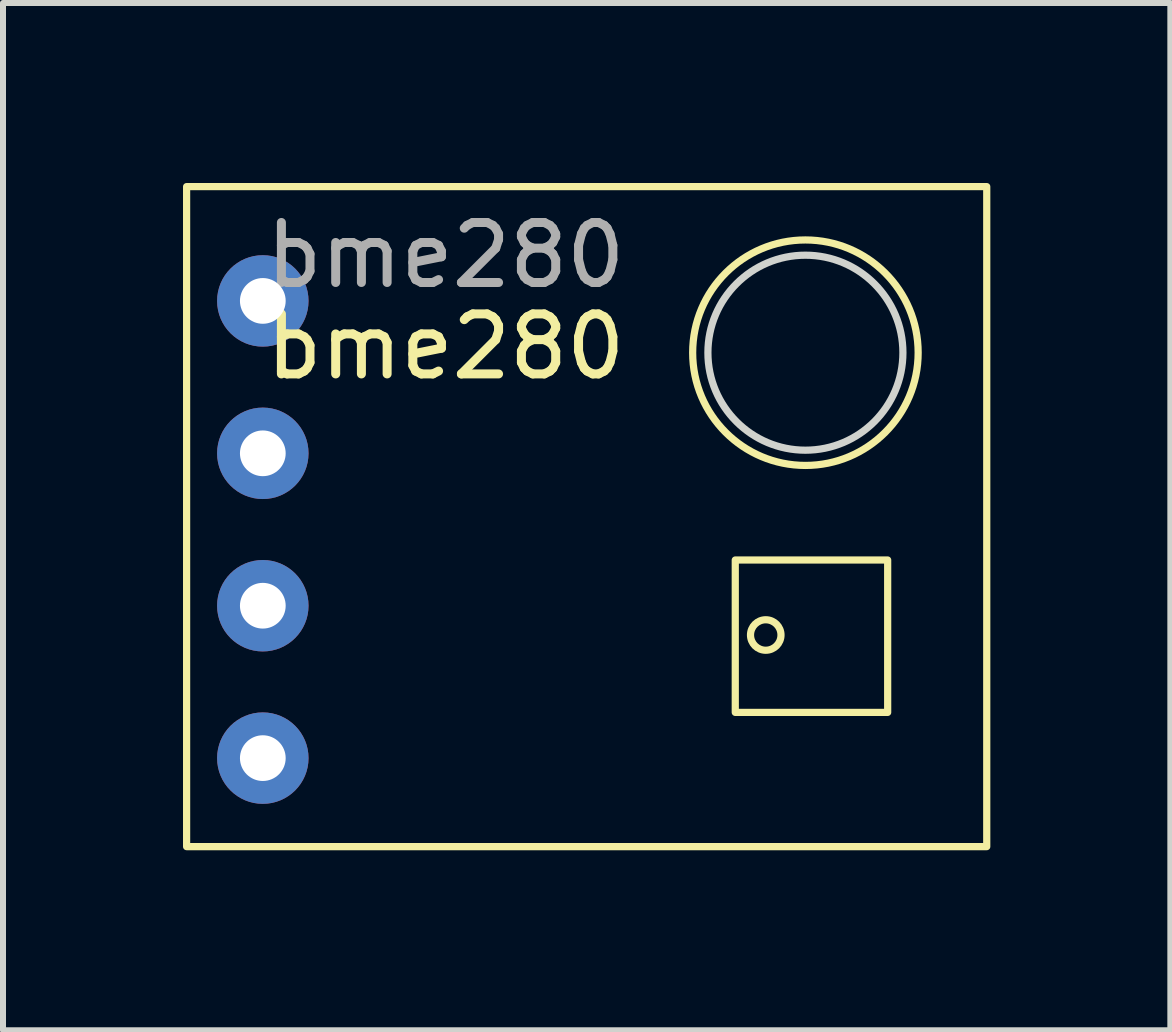
<source format=kicad_pcb>
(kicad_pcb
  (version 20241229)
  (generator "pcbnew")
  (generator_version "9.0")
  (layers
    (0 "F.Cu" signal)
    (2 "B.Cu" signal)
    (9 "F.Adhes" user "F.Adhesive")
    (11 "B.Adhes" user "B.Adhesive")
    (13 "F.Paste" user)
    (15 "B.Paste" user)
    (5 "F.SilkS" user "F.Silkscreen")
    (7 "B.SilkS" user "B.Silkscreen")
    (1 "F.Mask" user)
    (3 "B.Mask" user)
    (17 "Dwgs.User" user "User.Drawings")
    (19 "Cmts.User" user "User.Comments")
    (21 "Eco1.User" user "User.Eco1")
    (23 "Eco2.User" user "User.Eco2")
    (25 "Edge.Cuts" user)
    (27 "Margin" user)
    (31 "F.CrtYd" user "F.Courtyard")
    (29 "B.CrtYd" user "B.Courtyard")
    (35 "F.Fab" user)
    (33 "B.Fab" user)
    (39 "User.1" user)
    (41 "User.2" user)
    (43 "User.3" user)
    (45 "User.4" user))
  (footprint "bme280"
    (layer "F.Cu")
    (at 1.33 5.775)
    (property "Reference" "bme280" (at 3.048 -3.048 0) (unlocked yes) (layer "F.SilkS") (effects (font (size 1 1) (thickness 0.15))))
    (attr through_hole)
    (fp_rect (start -1.27 -5.715) (end 12.065 5.285) (stroke (width 0.12) (type solid)) (fill no) (layer "F.SilkS"))
    (fp_rect (start 7.874 0.508) (end 10.414 3.048) (stroke (width 0.12) (type solid)) (fill no) (layer "F.SilkS"))
    (fp_circle (center 8.382 1.758) (end 8.481 1.524) (stroke (width 0.12) (type solid)) (fill no) (layer "F.SilkS"))
    (fp_circle (center 9.043 -2.947) (end 10.922 -2.947) (stroke (width 0.12) (type solid)) (fill no) (layer "F.SilkS"))
    (fp_circle (center 9.043 -2.947) (end 10.668 -2.947) (stroke (width 0.12) (type solid)) (fill no) (layer "Edge.Cuts"))
    (fp_text user "${REFERENCE}" (at 3.048 -4.572 0) (unlocked yes) (layer "F.Fab") (effects (font (size 1 1) (thickness 0.15))))
    (pad "1" thru_hole circle (at 0 -3.81) (size 1.524 1.524) (drill 0.762) (layers "*.Cu" "*.Mask"))
    (pad "2" thru_hole circle (at 0 -1.27) (size 1.524 1.524) (drill 0.762) (layers "*.Cu" "*.Mask"))
    (pad "3" thru_hole circle (at 0 1.27) (size 1.524 1.524) (drill 0.762) (layers "*.Cu" "*.Mask"))
    (pad "4" thru_hole circle (at 0 3.81) (size 1.524 1.524) (drill 0.762) (layers "*.Cu" "*.Mask")))
  (gr_rect
    (start -3 -3)
    (end 16.455 14.12)
    (stroke (width 0.1) (type default))
    (fill no)
    (layer "Edge.Cuts")))
</source>
